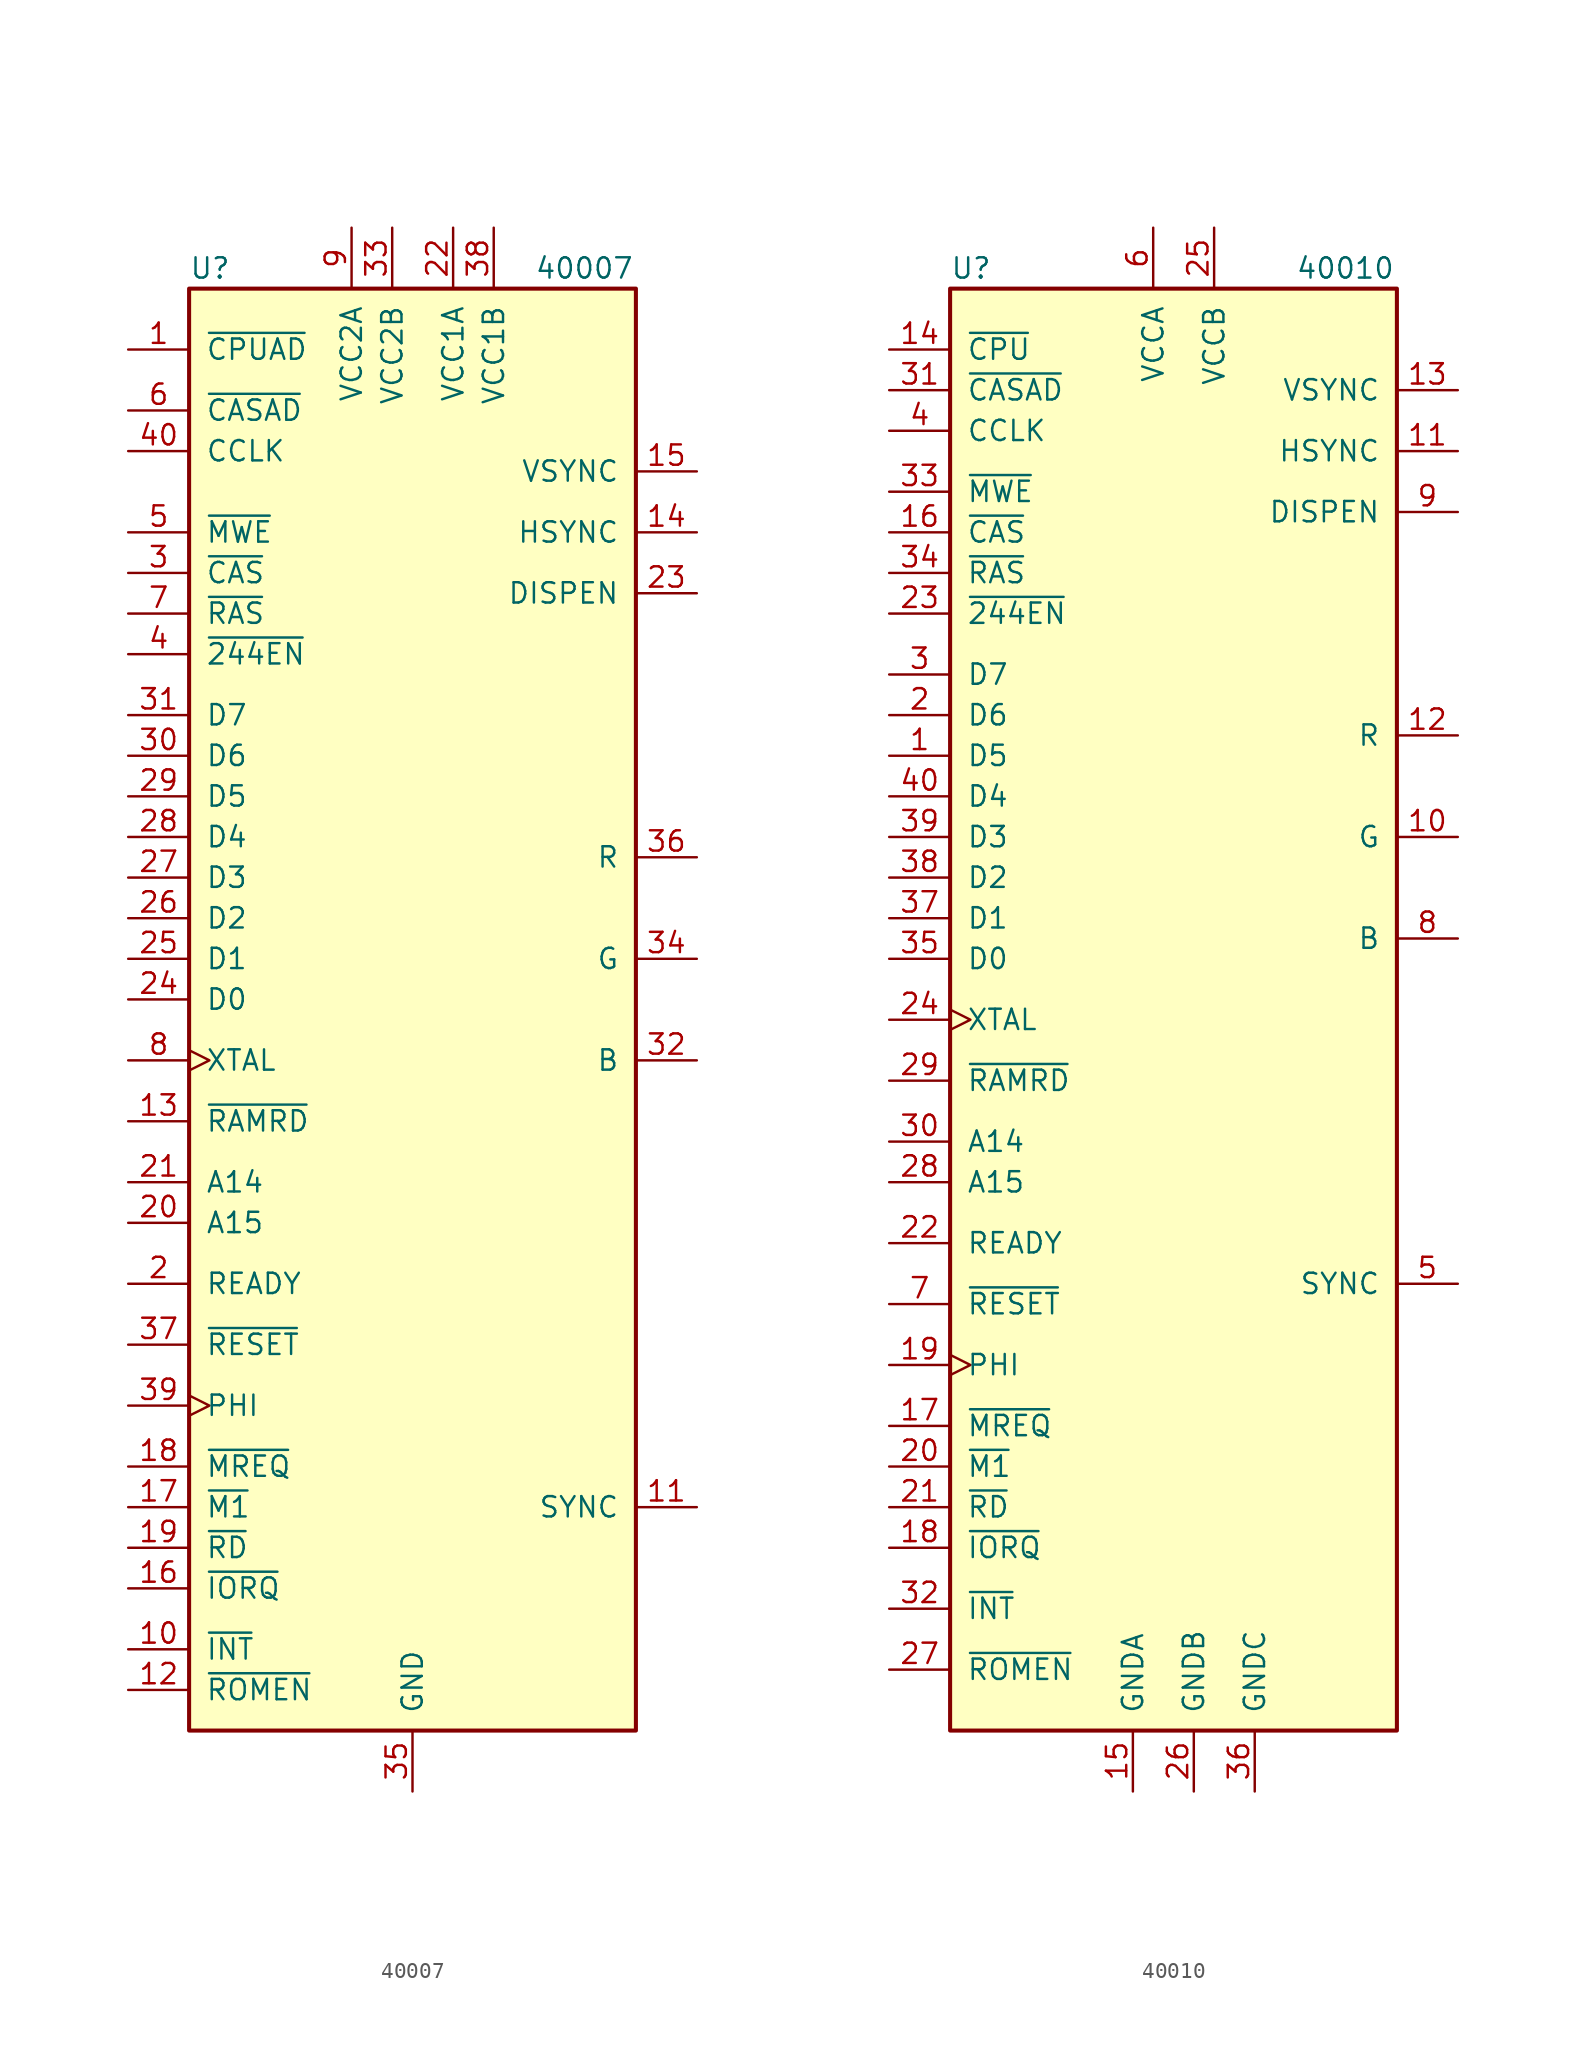
<source format=kicad_sym>
(kicad_symbol_lib
  (version 20211014)
  (generator kicad_symbol_editor)
  (symbol "40007"
    (pin_names
      (offset 1.016))
    (property "Reference" "U"
      (at -13.97 46.99 0)
      (effects (font (size 1.27 1.27)) (justify left)))
    (property "Value" "40007"
      (at 7.62 46.99 0)
      (effects (font (size 1.27 1.27)) (justify left)))
    (symbol "40007_0_1"
      (rectangle (start -13.97 45.72) (end 13.97 -44.45) (stroke (width 0.254) (type default) (color 0 0 0 0)) (fill (type background))))
    (symbol "40007_1_1"
      (pin output line (at -17.78 41.91 0) (length 3.81) (name "~{CPUAD}" (effects (font (size 1.27 1.27)))) (number "1" (effects (font (size 1.27 1.27)))))
      (pin output line (at -17.78 -39.37 0) (length 3.81) (name "~{INT}" (effects (font (size 1.27 1.27)))) (number "10" (effects (font (size 1.27 1.27)))))
      (pin output line (at 17.78 -30.48 180) (length 3.81) (name "SYNC" (effects (font (size 1.27 1.27)))) (number "11" (effects (font (size 1.27 1.27)))))
      (pin output line (at -17.78 -41.91 0) (length 3.81) (name "~{ROMEN}" (effects (font (size 1.27 1.27)))) (number "12" (effects (font (size 1.27 1.27)))))
      (pin output line (at -17.78 -6.35 0) (length 3.81) (name "~{RAMRD}" (effects (font (size 1.27 1.27)))) (number "13" (effects (font (size 1.27 1.27)))))
      (pin output line (at 17.78 30.48 180) (length 3.81) (name "HSYNC" (effects (font (size 1.27 1.27)))) (number "14" (effects (font (size 1.27 1.27)))))
      (pin output line (at 17.78 34.29 180) (length 3.81) (name "VSYNC" (effects (font (size 1.27 1.27)))) (number "15" (effects (font (size 1.27 1.27)))))
      (pin input line (at -17.78 -35.56 0) (length 3.81) (name "~{IORQ}" (effects (font (size 1.27 1.27)))) (number "16" (effects (font (size 1.27 1.27)))))
      (pin input line (at -17.78 -30.48 0) (length 3.81) (name "~{M1}" (effects (font (size 1.27 1.27)))) (number "17" (effects (font (size 1.27 1.27)))))
      (pin input line (at -17.78 -27.94 0) (length 3.81) (name "~{MREQ}" (effects (font (size 1.27 1.27)))) (number "18" (effects (font (size 1.27 1.27)))))
      (pin input line (at -17.78 -33.02 0) (length 3.81) (name "~{RD}" (effects (font (size 1.27 1.27)))) (number "19" (effects (font (size 1.27 1.27)))))
      (pin output line (at -17.78 -16.51 0) (length 3.81) (name "READY" (effects (font (size 1.27 1.27)))) (number "2" (effects (font (size 1.27 1.27)))))
      (pin input line (at -17.78 -12.7 0) (length 3.81) (name "A15" (effects (font (size 1.27 1.27)))) (number "20" (effects (font (size 1.27 1.27)))))
      (pin input line (at -17.78 -10.16 0) (length 3.81) (name "A14" (effects (font (size 1.27 1.27)))) (number "21" (effects (font (size 1.27 1.27)))))
      (pin power_in line (at 2.54 49.53 270) (length 3.81) (name "VCC1A" (effects (font (size 1.27 1.27)))) (number "22" (effects (font (size 1.27 1.27)))))
      (pin output line (at 17.78 26.67 180) (length 3.81) (name "DISPEN" (effects (font (size 1.27 1.27)))) (number "23" (effects (font (size 1.27 1.27)))))
      (pin bidirectional line (at -17.78 1.27 0) (length 3.81) (name "D0" (effects (font (size 1.27 1.27)))) (number "24" (effects (font (size 1.27 1.27)))))
      (pin bidirectional line (at -17.78 3.81 0) (length 3.81) (name "D1" (effects (font (size 1.27 1.27)))) (number "25" (effects (font (size 1.27 1.27)))))
      (pin bidirectional line (at -17.78 6.35 0) (length 3.81) (name "D2" (effects (font (size 1.27 1.27)))) (number "26" (effects (font (size 1.27 1.27)))))
      (pin bidirectional line (at -17.78 8.89 0) (length 3.81) (name "D3" (effects (font (size 1.27 1.27)))) (number "27" (effects (font (size 1.27 1.27)))))
      (pin bidirectional line (at -17.78 11.43 0) (length 3.81) (name "D4" (effects (font (size 1.27 1.27)))) (number "28" (effects (font (size 1.27 1.27)))))
      (pin bidirectional line (at -17.78 13.97 0) (length 3.81) (name "D5" (effects (font (size 1.27 1.27)))) (number "29" (effects (font (size 1.27 1.27)))))
      (pin output line (at -17.78 27.94 0) (length 3.81) (name "~{CAS}" (effects (font (size 1.27 1.27)))) (number "3" (effects (font (size 1.27 1.27)))))
      (pin bidirectional line (at -17.78 16.51 0) (length 3.81) (name "D6" (effects (font (size 1.27 1.27)))) (number "30" (effects (font (size 1.27 1.27)))))
      (pin bidirectional line (at -17.78 19.05 0) (length 3.81) (name "D7" (effects (font (size 1.27 1.27)))) (number "31" (effects (font (size 1.27 1.27)))))
      (pin output line (at 17.78 -2.54 180) (length 3.81) (name "B" (effects (font (size 1.27 1.27)))) (number "32" (effects (font (size 1.27 1.27)))))
      (pin power_in line (at -1.27 49.53 270) (length 3.81) (name "VCC2B" (effects (font (size 1.27 1.27)))) (number "33" (effects (font (size 1.27 1.27)))))
      (pin output line (at 17.78 3.81 180) (length 3.81) (name "G" (effects (font (size 1.27 1.27)))) (number "34" (effects (font (size 1.27 1.27)))))
      (pin power_in line (at 0 -48.26 90) (length 3.81) (name "GND" (effects (font (size 1.27 1.27)))) (number "35" (effects (font (size 1.27 1.27)))))
      (pin output line (at 17.78 10.16 180) (length 3.81) (name "R" (effects (font (size 1.27 1.27)))) (number "36" (effects (font (size 1.27 1.27)))))
      (pin input line (at -17.78 -20.32 0) (length 3.81) (name "~{RESET}" (effects (font (size 1.27 1.27)))) (number "37" (effects (font (size 1.27 1.27)))))
      (pin power_in line (at 5.08 49.53 270) (length 3.81) (name "VCC1B" (effects (font (size 1.27 1.27)))) (number "38" (effects (font (size 1.27 1.27)))))
      (pin output clock (at -17.78 -24.13 0) (length 3.81) (name "PHI" (effects (font (size 1.27 1.27)))) (number "39" (effects (font (size 1.27 1.27)))))
      (pin output line (at -17.78 22.86 0) (length 3.81) (name "~{244EN}" (effects (font (size 1.27 1.27)))) (number "4" (effects (font (size 1.27 1.27)))))
      (pin output line (at -17.78 35.56 0) (length 3.81) (name "CCLK" (effects (font (size 1.27 1.27)))) (number "40" (effects (font (size 1.27 1.27)))))
      (pin output line (at -17.78 30.48 0) (length 3.81) (name "~{MWE}" (effects (font (size 1.27 1.27)))) (number "5" (effects (font (size 1.27 1.27)))))
      (pin output line (at -17.78 38.1 0) (length 3.81) (name "~{CASAD}" (effects (font (size 1.27 1.27)))) (number "6" (effects (font (size 1.27 1.27)))))
      (pin output line (at -17.78 25.4 0) (length 3.81) (name "~{RAS}" (effects (font (size 1.27 1.27)))) (number "7" (effects (font (size 1.27 1.27)))))
      (pin input clock (at -17.78 -2.54 0) (length 3.81) (name "XTAL" (effects (font (size 1.27 1.27)))) (number "8" (effects (font (size 1.27 1.27)))))
      (pin power_in line (at -3.81 49.53 270) (length 3.81) (name "VCC2A" (effects (font (size 1.27 1.27)))) (number "9" (effects (font (size 1.27 1.27)))))))
  (symbol "40010"
    (pin_names
      (offset 1.016))
    (property "Reference" "U"
      (at -13.97 46.99 0)
      (effects (font (size 1.27 1.27)) (justify left)))
    (property "Value" "40010"
      (at 7.62 46.99 0)
      (effects (font (size 1.27 1.27)) (justify left)))
    (symbol "40010_0_1"
      (rectangle (start -13.97 45.72) (end 13.97 -44.45) (stroke (width 0.254) (type default) (color 0 0 0 0)) (fill (type background))))
    (symbol "40010_1_1"
      (pin bidirectional line (at -17.78 16.51 0) (length 3.81) (name "D5" (effects (font (size 1.27 1.27)))) (number "1" (effects (font (size 1.27 1.27)))))
      (pin output line (at 17.78 11.43 180) (length 3.81) (name "G" (effects (font (size 1.27 1.27)))) (number "10" (effects (font (size 1.27 1.27)))))
      (pin output line (at 17.78 35.56 180) (length 3.81) (name "HSYNC" (effects (font (size 1.27 1.27)))) (number "11" (effects (font (size 1.27 1.27)))))
      (pin output line (at 17.78 17.78 180) (length 3.81) (name "R" (effects (font (size 1.27 1.27)))) (number "12" (effects (font (size 1.27 1.27)))))
      (pin output line (at 17.78 39.37 180) (length 3.81) (name "VSYNC" (effects (font (size 1.27 1.27)))) (number "13" (effects (font (size 1.27 1.27)))))
      (pin output line (at -17.78 41.91 0) (length 3.81) (name "~{CPU}" (effects (font (size 1.27 1.27)))) (number "14" (effects (font (size 1.27 1.27)))))
      (pin power_in line (at -2.54 -48.26 90) (length 3.81) (name "GNDA" (effects (font (size 1.27 1.27)))) (number "15" (effects (font (size 1.27 1.27)))))
      (pin output line (at -17.78 30.48 0) (length 3.81) (name "~{CAS}" (effects (font (size 1.27 1.27)))) (number "16" (effects (font (size 1.27 1.27)))))
      (pin input line (at -17.78 -25.4 0) (length 3.81) (name "~{MREQ}" (effects (font (size 1.27 1.27)))) (number "17" (effects (font (size 1.27 1.27)))))
      (pin input line (at -17.78 -33.02 0) (length 3.81) (name "~{IORQ}" (effects (font (size 1.27 1.27)))) (number "18" (effects (font (size 1.27 1.27)))))
      (pin output clock (at -17.78 -21.59 0) (length 3.81) (name "PHI" (effects (font (size 1.27 1.27)))) (number "19" (effects (font (size 1.27 1.27)))))
      (pin bidirectional line (at -17.78 19.05 0) (length 3.81) (name "D6" (effects (font (size 1.27 1.27)))) (number "2" (effects (font (size 1.27 1.27)))))
      (pin input line (at -17.78 -27.94 0) (length 3.81) (name "~{M1}" (effects (font (size 1.27 1.27)))) (number "20" (effects (font (size 1.27 1.27)))))
      (pin input line (at -17.78 -30.48 0) (length 3.81) (name "~{RD}" (effects (font (size 1.27 1.27)))) (number "21" (effects (font (size 1.27 1.27)))))
      (pin output line (at -17.78 -13.97 0) (length 3.81) (name "READY" (effects (font (size 1.27 1.27)))) (number "22" (effects (font (size 1.27 1.27)))))
      (pin output line (at -17.78 25.4 0) (length 3.81) (name "~{244EN}" (effects (font (size 1.27 1.27)))) (number "23" (effects (font (size 1.27 1.27)))))
      (pin input clock (at -17.78 0 0) (length 3.81) (name "XTAL" (effects (font (size 1.27 1.27)))) (number "24" (effects (font (size 1.27 1.27)))))
      (pin power_in line (at 2.54 49.53 270) (length 3.81) (name "VCCB" (effects (font (size 1.27 1.27)))) (number "25" (effects (font (size 1.27 1.27)))))
      (pin power_in line (at 1.27 -48.26 90) (length 3.81) (name "GNDB" (effects (font (size 1.27 1.27)))) (number "26" (effects (font (size 1.27 1.27)))))
      (pin output line (at -17.78 -40.64 0) (length 3.81) (name "~{ROMEN}" (effects (font (size 1.27 1.27)))) (number "27" (effects (font (size 1.27 1.27)))))
      (pin input line (at -17.78 -10.16 0) (length 3.81) (name "A15" (effects (font (size 1.27 1.27)))) (number "28" (effects (font (size 1.27 1.27)))))
      (pin output line (at -17.78 -3.81 0) (length 3.81) (name "~{RAMRD}" (effects (font (size 1.27 1.27)))) (number "29" (effects (font (size 1.27 1.27)))))
      (pin bidirectional line (at -17.78 21.59 0) (length 3.81) (name "D7" (effects (font (size 1.27 1.27)))) (number "3" (effects (font (size 1.27 1.27)))))
      (pin input line (at -17.78 -7.62 0) (length 3.81) (name "A14" (effects (font (size 1.27 1.27)))) (number "30" (effects (font (size 1.27 1.27)))))
      (pin output line (at -17.78 39.37 0) (length 3.81) (name "~{CASAD}" (effects (font (size 1.27 1.27)))) (number "31" (effects (font (size 1.27 1.27)))))
      (pin output line (at -17.78 -36.83 0) (length 3.81) (name "~{INT}" (effects (font (size 1.27 1.27)))) (number "32" (effects (font (size 1.27 1.27)))))
      (pin output line (at -17.78 33.02 0) (length 3.81) (name "~{MWE}" (effects (font (size 1.27 1.27)))) (number "33" (effects (font (size 1.27 1.27)))))
      (pin output line (at -17.78 27.94 0) (length 3.81) (name "~{RAS}" (effects (font (size 1.27 1.27)))) (number "34" (effects (font (size 1.27 1.27)))))
      (pin bidirectional line (at -17.78 3.81 0) (length 3.81) (name "D0" (effects (font (size 1.27 1.27)))) (number "35" (effects (font (size 1.27 1.27)))))
      (pin power_in line (at 5.08 -48.26 90) (length 3.81) (name "GNDC" (effects (font (size 1.27 1.27)))) (number "36" (effects (font (size 1.27 1.27)))))
      (pin bidirectional line (at -17.78 6.35 0) (length 3.81) (name "D1" (effects (font (size 1.27 1.27)))) (number "37" (effects (font (size 1.27 1.27)))))
      (pin bidirectional line (at -17.78 8.89 0) (length 3.81) (name "D2" (effects (font (size 1.27 1.27)))) (number "38" (effects (font (size 1.27 1.27)))))
      (pin bidirectional line (at -17.78 11.43 0) (length 3.81) (name "D3" (effects (font (size 1.27 1.27)))) (number "39" (effects (font (size 1.27 1.27)))))
      (pin output line (at -17.78 36.83 0) (length 3.81) (name "CCLK" (effects (font (size 1.27 1.27)))) (number "4" (effects (font (size 1.27 1.27)))))
      (pin bidirectional line (at -17.78 13.97 0) (length 3.81) (name "D4" (effects (font (size 1.27 1.27)))) (number "40" (effects (font (size 1.27 1.27)))))
      (pin output line (at 17.78 -16.51 180) (length 3.81) (name "SYNC" (effects (font (size 1.27 1.27)))) (number "5" (effects (font (size 1.27 1.27)))))
      (pin power_in line (at -1.27 49.53 270) (length 3.81) (name "VCCA" (effects (font (size 1.27 1.27)))) (number "6" (effects (font (size 1.27 1.27)))))
      (pin input line (at -17.78 -17.78 0) (length 3.81) (name "~{RESET}" (effects (font (size 1.27 1.27)))) (number "7" (effects (font (size 1.27 1.27)))))
      (pin output line (at 17.78 5.08 180) (length 3.81) (name "B" (effects (font (size 1.27 1.27)))) (number "8" (effects (font (size 1.27 1.27)))))
      (pin output line (at 17.78 31.75 180) (length 3.81) (name "DISPEN" (effects (font (size 1.27 1.27)))) (number "9" (effects (font (size 1.27 1.27))))))))
</source>
